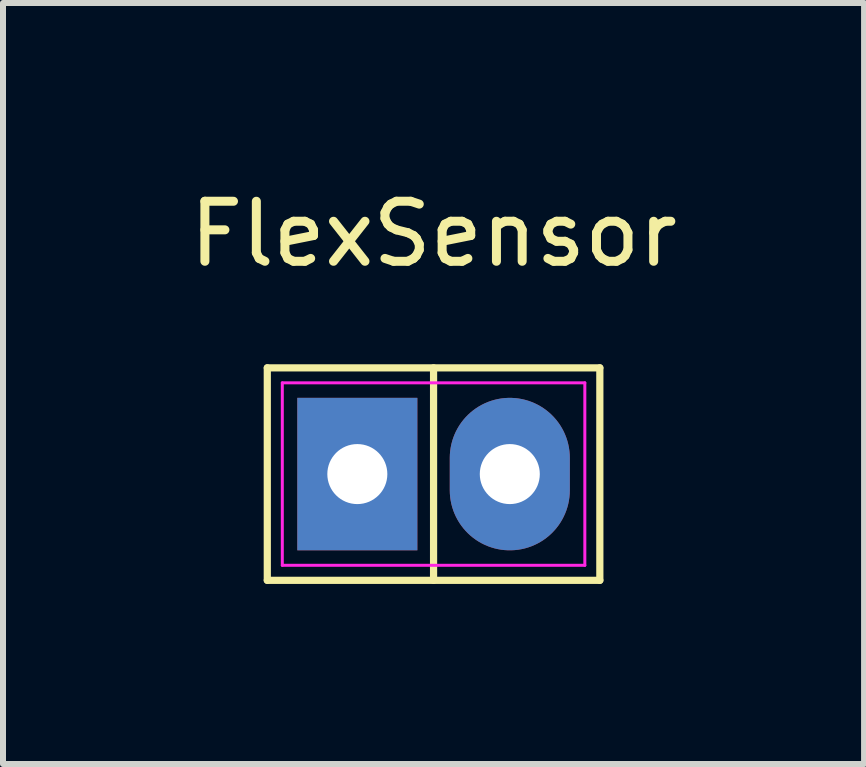
<source format=kicad_pcb>
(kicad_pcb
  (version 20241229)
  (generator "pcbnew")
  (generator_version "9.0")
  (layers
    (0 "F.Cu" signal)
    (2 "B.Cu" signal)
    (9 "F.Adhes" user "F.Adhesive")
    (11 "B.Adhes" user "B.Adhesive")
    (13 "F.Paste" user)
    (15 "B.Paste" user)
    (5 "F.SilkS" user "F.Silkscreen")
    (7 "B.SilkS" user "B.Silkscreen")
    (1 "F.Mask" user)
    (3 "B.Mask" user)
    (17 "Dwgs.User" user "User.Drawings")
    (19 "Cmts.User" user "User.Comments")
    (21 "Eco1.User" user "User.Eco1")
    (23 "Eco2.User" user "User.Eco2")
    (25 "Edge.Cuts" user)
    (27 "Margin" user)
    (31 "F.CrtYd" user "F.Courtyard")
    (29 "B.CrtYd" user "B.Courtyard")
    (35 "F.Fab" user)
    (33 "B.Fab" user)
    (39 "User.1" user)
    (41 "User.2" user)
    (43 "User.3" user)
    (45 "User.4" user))
  (footprint "FlexSensor"
    (layer "F.Cu")
    (at 4.173 4.848)
    (property "Reference" "FlexSensor" (at 0 -4 0) (layer "F.SilkS") (effects (font (size 1 1) (thickness 0.15))))
    (attr through_hole)
    (fp_line (start -2.77 -1.77) (end 2.77 -1.77) (stroke (width 0.12) (type default)) (layer "F.SilkS"))
    (fp_line (start -2.77 1.77) (end -2.77 -1.77) (stroke (width 0.12) (type default)) (layer "F.SilkS"))
    (fp_line (start 0 -1.77) (end 0 1.77) (stroke (width 0.12) (type default)) (layer "F.SilkS"))
    (fp_line (start 2.77 -1.77) (end 2.77 1.77) (stroke (width 0.12) (type default)) (layer "F.SilkS"))
    (fp_line (start 2.77 1.77) (end -2.77 1.77) (stroke (width 0.12) (type default)) (layer "F.SilkS"))
    (fp_line (start -2.52 -1.52) (end 2.52 -1.52) (stroke (width 0.05) (type default)) (layer "F.CrtYd"))
    (fp_line (start -2.52 1.52) (end -2.52 -1.52) (stroke (width 0.05) (type default)) (layer "F.CrtYd"))
    (fp_line (start 2.52 -1.52) (end 2.52 1.52) (stroke (width 0.05) (type default)) (layer "F.CrtYd"))
    (fp_line (start 2.52 1.52) (end -2.52 1.52) (stroke (width 0.05) (type default)) (layer "F.CrtYd"))
    (pad "1" thru_hole rect (at -1.27 0) (size 2 2.54) (drill 1) (layers "*.Cu" "*.Mask"))
    (pad "2" thru_hole oval (at 1.27 0) (size 2 2.54) (drill 1) (layers "*.Cu" "*.Mask")))
  (gr_rect
    (start -3 -3)
    (end 11.345 9.678)
    (stroke (width 0.1) (type default))
    (fill no)
    (layer "Edge.Cuts")))
</source>
